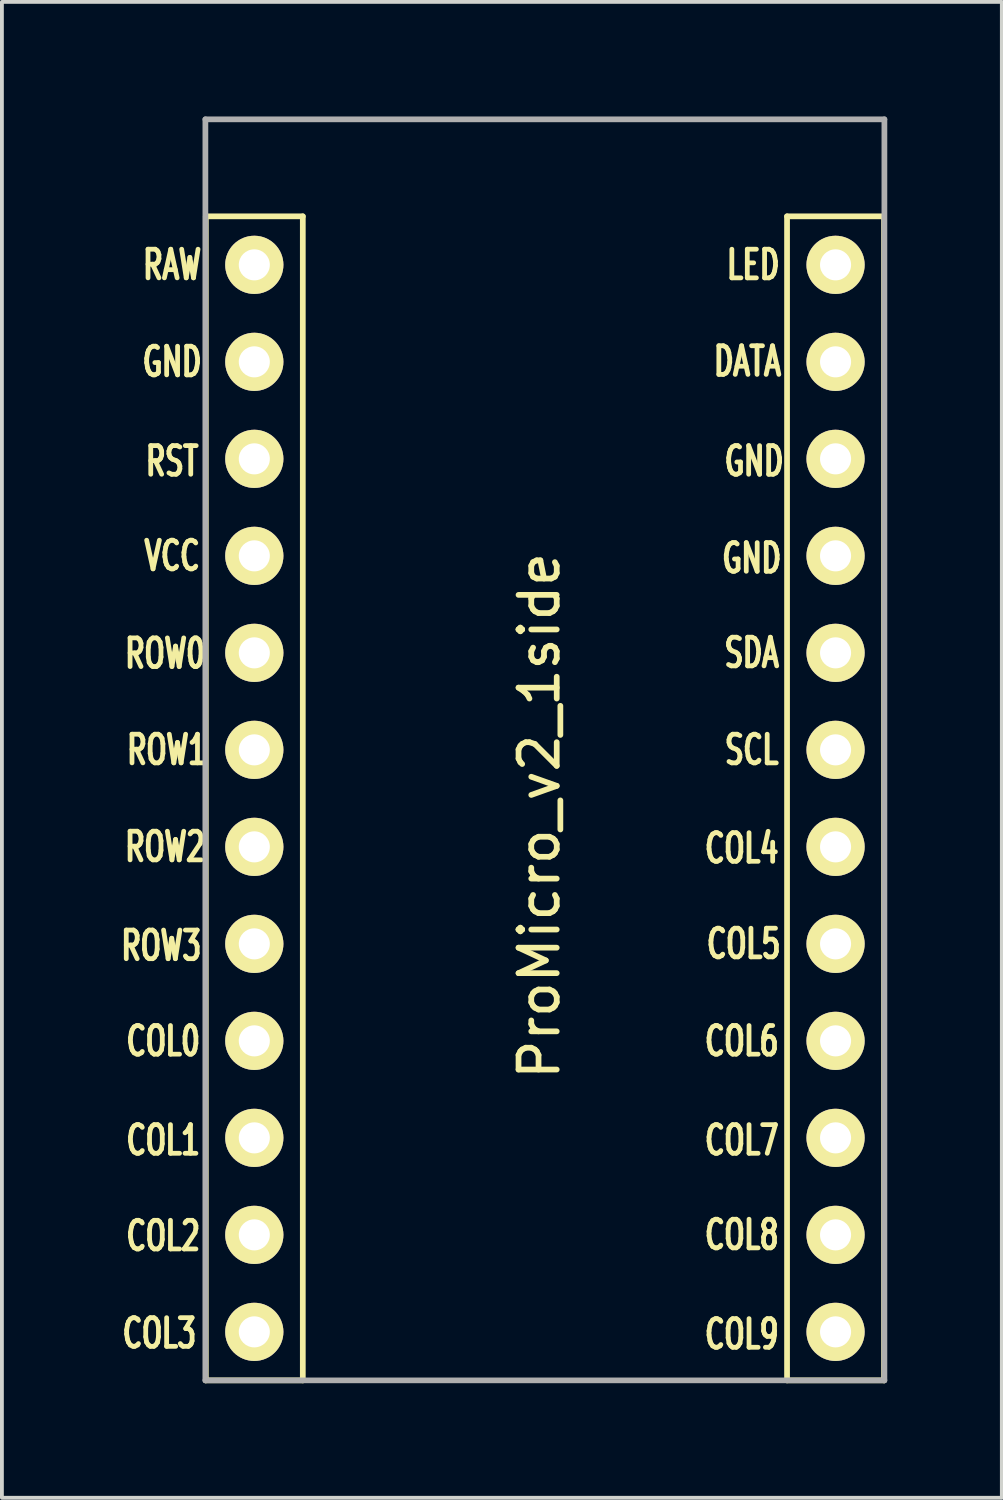
<source format=kicad_pcb>
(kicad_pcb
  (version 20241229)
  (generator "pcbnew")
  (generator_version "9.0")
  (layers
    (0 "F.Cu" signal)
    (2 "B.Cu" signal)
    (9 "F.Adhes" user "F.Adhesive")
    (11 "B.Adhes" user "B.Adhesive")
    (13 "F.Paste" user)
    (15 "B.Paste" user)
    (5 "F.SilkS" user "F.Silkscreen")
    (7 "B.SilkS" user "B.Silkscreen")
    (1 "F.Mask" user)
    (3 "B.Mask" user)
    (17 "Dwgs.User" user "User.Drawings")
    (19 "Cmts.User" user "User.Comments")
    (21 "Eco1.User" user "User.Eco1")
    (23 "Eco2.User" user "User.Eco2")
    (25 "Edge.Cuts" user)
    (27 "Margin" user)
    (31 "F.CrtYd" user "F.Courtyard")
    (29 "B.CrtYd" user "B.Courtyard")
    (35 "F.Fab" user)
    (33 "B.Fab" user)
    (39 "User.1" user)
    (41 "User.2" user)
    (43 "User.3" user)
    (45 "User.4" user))
  (footprint "ProMicro_v2_1side"
    (layer "F.Cu")
    (at 11.173 18.363)
    (property "Reference" "ProMicro_v2_1side" (at -0.1 -0.05 270) (layer "F.SilkS") (effects (font (size 1 1) (thickness 0.15))))
    (attr through_hole)
    (fp_line (start -8.834 -15.748) (end -6.294 -15.748) (stroke (width 0.15) (type solid)) (layer "F.SilkS"))
    (fp_line (start -8.834 14.732) (end -8.834 -15.748) (stroke (width 0.15) (type solid)) (layer "F.SilkS"))
    (fp_line (start -6.294 -15.748) (end -6.294 14.732) (stroke (width 0.15) (type solid)) (layer "F.SilkS"))
    (fp_line (start -6.294 14.732) (end -8.834 14.732) (stroke (width 0.15) (type solid)) (layer "F.SilkS"))
    (fp_line (start 6.386 -15.748) (end 8.926 -15.748) (stroke (width 0.15) (type solid)) (layer "F.SilkS"))
    (fp_line (start 6.386 14.732) (end 6.386 -15.748) (stroke (width 0.15) (type solid)) (layer "F.SilkS"))
    (fp_line (start 8.926 -15.748) (end 8.926 14.732) (stroke (width 0.15) (type solid)) (layer "F.SilkS"))
    (fp_line (start 8.926 14.732) (end 6.386 14.732) (stroke (width 0.15) (type solid)) (layer "F.SilkS"))
    (fp_line (start -8.845 -18.288) (end 8.935 -18.288) (stroke (width 0.15) (type solid)) (layer "F.Fab"))
    (fp_line (start -8.845 14.732) (end -8.845 -18.288) (stroke (width 0.15) (type solid)) (layer "F.Fab"))
    (fp_line (start 8.935 -18.288) (end 8.935 14.732) (stroke (width 0.15) (type solid)) (layer "F.Fab"))
    (fp_line (start 8.935 14.732) (end -8.845 14.732) (stroke (width 0.15) (type solid)) (layer "F.Fab"))
    (fp_text user "SDA" (at 5.461 -4.318 0) (layer "F.SilkS") (effects (font (size 0.75 0.5) (thickness 0.125))))
    (fp_text user "COL2" (at -9.95 10.95 0) (layer "F.SilkS") (effects (font (size 0.75 0.5) (thickness 0.125))))
    (fp_text user "COL4" (at 5.2 0.8 0) (layer "F.SilkS") (effects (font (size 0.75 0.5) (thickness 0.125))))
    (fp_text user "COL0" (at -9.95 5.85 0) (layer "F.SilkS") (effects (font (size 0.75 0.5) (thickness 0.125))))
    (fp_text user "RST" (at -9.716 -9.335 0) (layer "F.SilkS") (effects (font (size 0.75 0.5) (thickness 0.125))))
    (fp_text user "SCL" (at 5.461 -1.778 0) (layer "F.SilkS") (effects (font (size 0.75 0.5) (thickness 0.125))))
    (fp_text user "COL6" (at 5.2 5.85 0) (layer "F.SilkS") (effects (font (size 0.75 0.5) (thickness 0.125))))
    (fp_text user "" (at -0.5 -17.25 0) (layer "F.SilkS") (effects (font (size 1 1) (thickness 0.15))))
    (fp_text user "ROW3" (at -10 3.35 0) (layer "F.SilkS") (effects (font (size 0.75 0.5) (thickness 0.125))))
    (fp_text user "ROW1" (at -9.85 -1.778 0) (layer "F.SilkS") (effects (font (size 0.75 0.5) (thickness 0.125))))
    (fp_text user "DATA" (at 5.35 -11.95 0) (layer "F.SilkS") (effects (font (size 0.75 0.5) (thickness 0.125))))
    (fp_text user "RAW" (at -9.716 -14.478 0) (layer "F.SilkS") (effects (font (size 0.75 0.5) (thickness 0.125))))
    (fp_text user "COL5" (at 5.25 3.302 0) (layer "F.SilkS") (effects (font (size 0.75 0.5) (thickness 0.125))))
    (fp_text user "GND" (at -9.716 -11.938 0) (layer "F.SilkS") (effects (font (size 0.75 0.5) (thickness 0.125))))
    (fp_text user "LED" (at 5.5 -14.478 0) (layer "F.SilkS") (effects (font (size 0.75 0.5) (thickness 0.125))))
    (fp_text user "ROW2" (at -9.9 0.762 0) (layer "F.SilkS") (effects (font (size 0.75 0.5) (thickness 0.125))))
    (fp_text user "VCC" (at -9.716 -6.858 0) (layer "F.SilkS") (effects (font (size 0.75 0.5) (thickness 0.125))))
    (fp_text user "COL7" (at 5.2 8.445 0) (layer "F.SilkS") (effects (font (size 0.75 0.5) (thickness 0.125))))
    (fp_text user "COL3" (at -10.05 13.5 0) (layer "F.SilkS") (effects (font (size 0.75 0.5) (thickness 0.125))))
    (fp_text user "COL9" (at 5.2 13.525 0) (layer "F.SilkS") (effects (font (size 0.75 0.5) (thickness 0.125))))
    (fp_text user "COL1" (at -9.95 8.445 0) (layer "F.SilkS") (effects (font (size 0.75 0.5) (thickness 0.125))))
    (fp_text user "GND" (at 5.524 -9.335 0) (layer "F.SilkS") (effects (font (size 0.75 0.5) (thickness 0.125))))
    (fp_text user "COL8" (at 5.2 10.922 0) (layer "F.SilkS") (effects (font (size 0.75 0.5) (thickness 0.125))))
    (fp_text user "ROW0" (at -9.9 -4.3 0) (layer "F.SilkS") (effects (font (size 0.75 0.5) (thickness 0.125))))
    (fp_text user "GND" (at 5.461 -6.795 0) (layer "F.SilkS") (effects (font (size 0.75 0.5) (thickness 0.125))))
    (fp_text user "" (at -1.206 -16.256 0) (layer "B.SilkS") (effects (font (size 1 1) (thickness 0.15)) (justify mirror)))
    (pad "1" thru_hole circle (at 7.656 -14.478) (size 1.524 1.524) (drill 0.813) (layers "*.Cu" "B.Mask" "F.SilkS"))
    (pad "2" thru_hole circle (at 7.656 -11.938) (size 1.524 1.524) (drill 0.813) (layers "*.Cu" "B.Mask" "F.SilkS"))
    (pad "3" thru_hole circle (at 7.656 -9.398) (size 1.524 1.524) (drill 0.813) (layers "*.Cu" "B.Mask" "F.SilkS"))
    (pad "4" thru_hole circle (at 7.656 -6.858) (size 1.524 1.524) (drill 0.813) (layers "*.Cu" "B.Mask" "F.SilkS"))
    (pad "5" thru_hole circle (at 7.656 -4.318) (size 1.524 1.524) (drill 0.813) (layers "*.Cu" "B.Mask" "F.SilkS"))
    (pad "6" thru_hole circle (at 7.656 -1.778) (size 1.524 1.524) (drill 0.813) (layers "*.Cu" "B.Mask" "F.SilkS"))
    (pad "7" thru_hole circle (at 7.656 0.762) (size 1.524 1.524) (drill 0.813) (layers "*.Cu" "B.Mask" "F.SilkS"))
    (pad "8" thru_hole circle (at 7.656 3.302) (size 1.524 1.524) (drill 0.813) (layers "*.Cu" "B.Mask" "F.SilkS"))
    (pad "9" thru_hole circle (at 7.656 5.842) (size 1.524 1.524) (drill 0.813) (layers "*.Cu" "B.Mask" "F.SilkS"))
    (pad "10" thru_hole circle (at 7.656 8.382) (size 1.524 1.524) (drill 0.813) (layers "*.Cu" "B.Mask" "F.SilkS"))
    (pad "11" thru_hole circle (at 7.656 10.922) (size 1.524 1.524) (drill 0.813) (layers "*.Cu" "B.Mask" "F.SilkS"))
    (pad "12" thru_hole circle (at 7.656 13.462) (size 1.524 1.524) (drill 0.813) (layers "*.Cu" "B.Mask" "F.SilkS"))
    (pad "13" thru_hole circle (at -7.564 13.462) (size 1.524 1.524) (drill 0.813) (layers "*.Cu" "B.Mask" "F.SilkS"))
    (pad "14" thru_hole circle (at -7.564 10.922) (size 1.524 1.524) (drill 0.813) (layers "*.Cu" "B.Mask" "F.SilkS"))
    (pad "15" thru_hole circle (at -7.564 8.382) (size 1.524 1.524) (drill 0.813) (layers "*.Cu" "B.Mask" "F.SilkS"))
    (pad "16" thru_hole circle (at -7.564 5.842) (size 1.524 1.524) (drill 0.813) (layers "*.Cu" "B.Mask" "F.SilkS"))
    (pad "17" thru_hole circle (at -7.564 3.302) (size 1.524 1.524) (drill 0.813) (layers "*.Cu" "B.Mask" "F.SilkS"))
    (pad "18" thru_hole circle (at -7.564 0.762) (size 1.524 1.524) (drill 0.813) (layers "*.Cu" "B.Mask" "F.SilkS"))
    (pad "19" thru_hole circle (at -7.564 -1.778) (size 1.524 1.524) (drill 0.813) (layers "*.Cu" "B.Mask" "F.SilkS"))
    (pad "20" thru_hole circle (at -7.564 -4.318) (size 1.524 1.524) (drill 0.813) (layers "*.Cu" "B.Mask" "F.SilkS"))
    (pad "21" thru_hole circle (at -7.564 -6.858) (size 1.524 1.524) (drill 0.813) (layers "*.Cu" "B.Mask" "F.SilkS"))
    (pad "22" thru_hole circle (at -7.564 -9.398) (size 1.524 1.524) (drill 0.813) (layers "*.Cu" "B.Mask" "F.SilkS"))
    (pad "23" thru_hole circle (at -7.564 -11.938) (size 1.524 1.524) (drill 0.813) (layers "*.Cu" "B.Mask" "F.SilkS"))
    (pad "24" thru_hole circle (at -7.564 -14.478) (size 1.524 1.524) (drill 0.813) (layers "*.Cu" "B.Mask" "F.SilkS")))
  (gr_rect
    (start -3 -3)
    (end 23.183 36.17)
    (stroke (width 0.1) (type default))
    (fill no)
    (layer "Edge.Cuts")))
</source>
